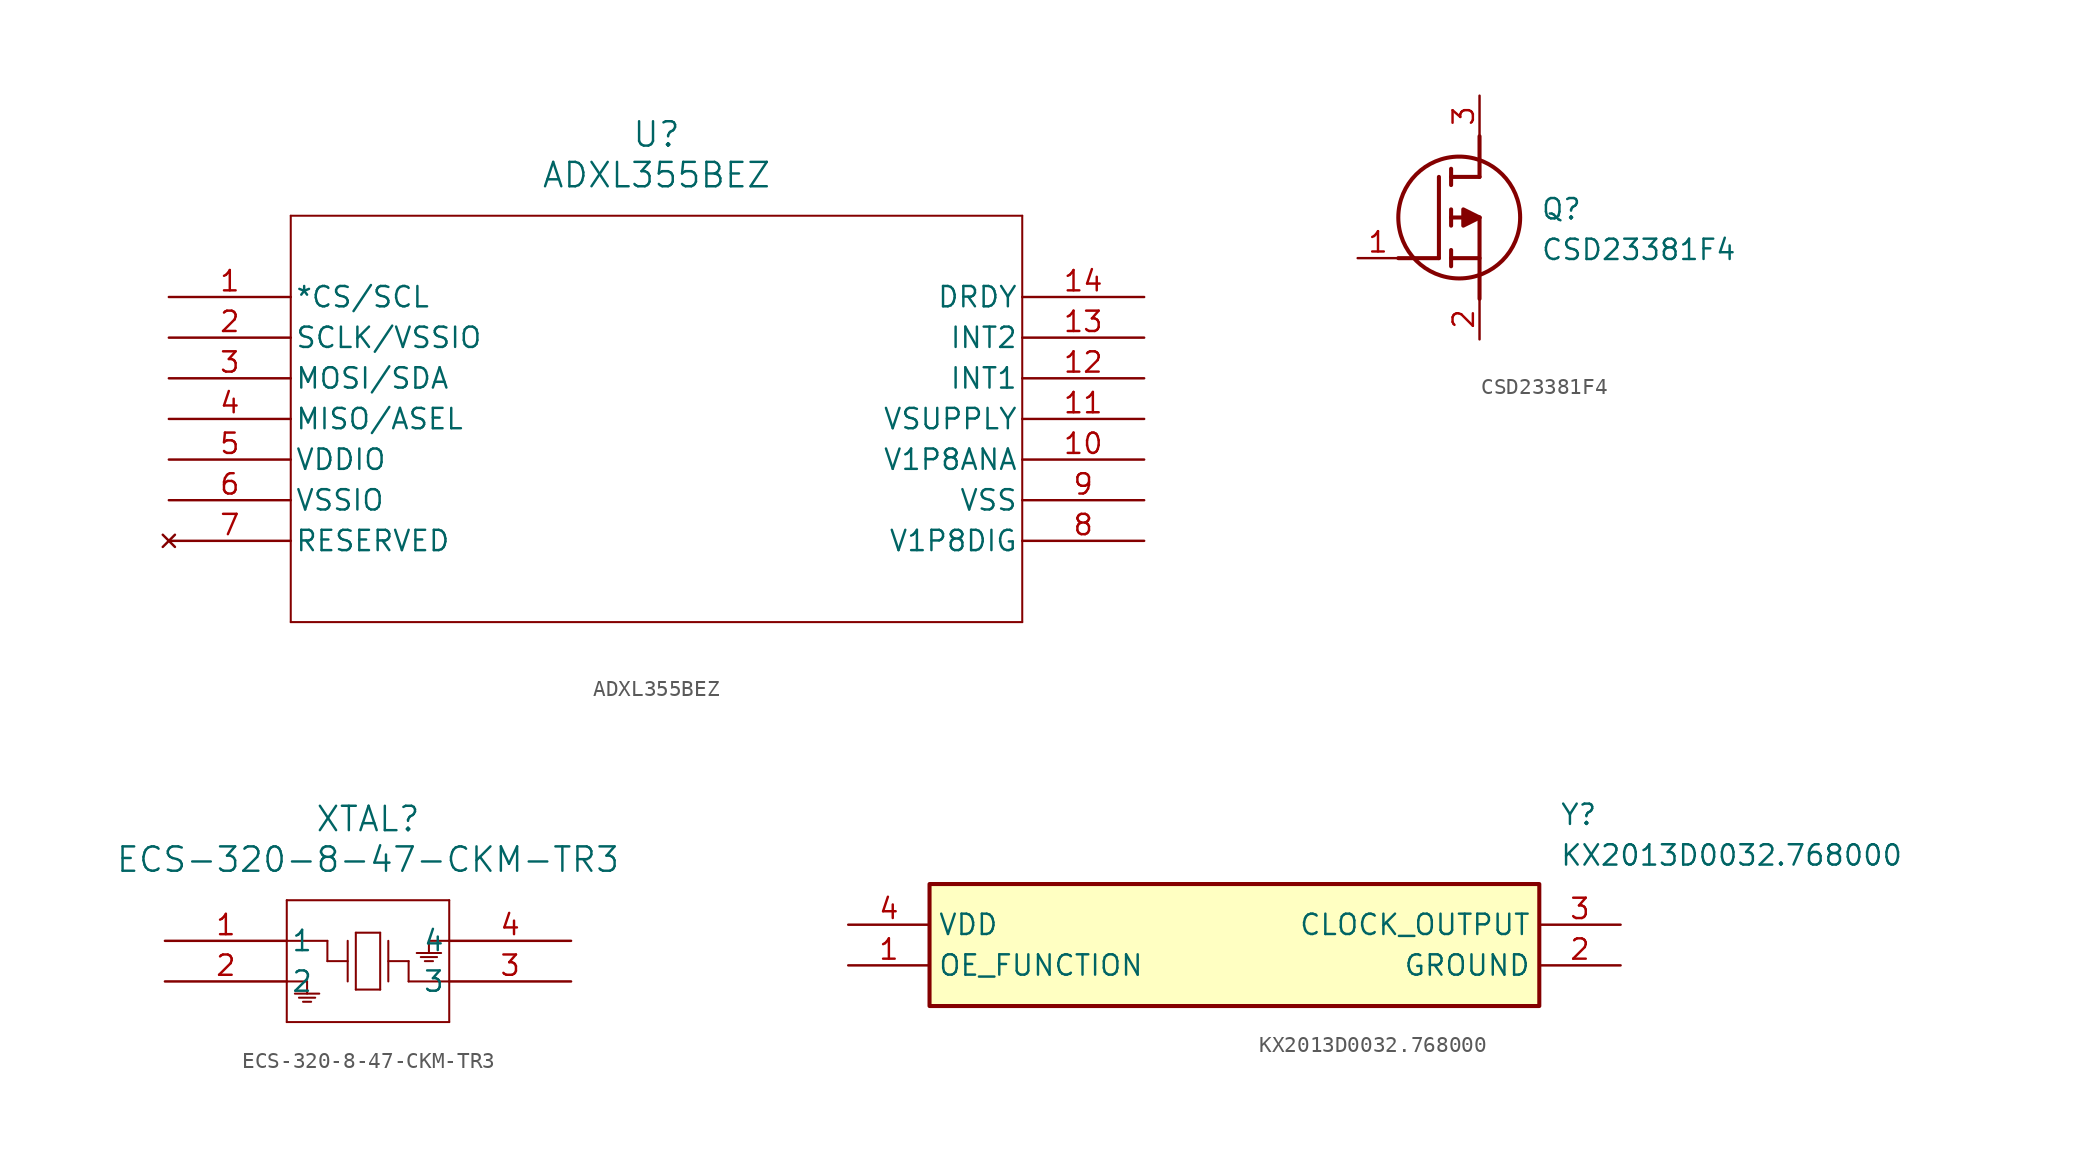
<source format=kicad_sym>
(kicad_symbol_lib
  (version 20220914)
  (generator kicad_symbol_editor)
  (symbol "ADXL355BEZ"
    (pin_names
      (offset 0.254))
    (property "Reference" "U"
      (at 30.48 10.16 0)
      (effects (font (size 1.524 1.524))))
    (property "Value" "ADXL355BEZ"
      (at 30.48 7.62 0)
      (effects (font (size 1.524 1.524))))
    (property "ki_locked" ""
      (at 0 0 0)
      (effects (font (size 1.27 1.27))))
    (symbol "ADXL355BEZ_0_1"
      (polyline (pts (xy 7.62 -20.32) (xy 53.34 -20.32)) (stroke (width 0.127) (type default)) (fill (type none)))
      (polyline (pts (xy 7.62 5.08) (xy 7.62 -20.32)) (stroke (width 0.127) (type default)) (fill (type none)))
      (polyline (pts (xy 53.34 -20.32) (xy 53.34 5.08)) (stroke (width 0.127) (type default)) (fill (type none)))
      (polyline (pts (xy 53.34 5.08) (xy 7.62 5.08)) (stroke (width 0.127) (type default)) (fill (type none)))
      (pin input line (at 0 0 0) (length 7.62) (name "*CS/SCL" (effects (font (size 1.27 1.27)))) (number "1" (effects (font (size 1.27 1.27)))))
      (pin power_in line (at 60.96 -10.16 180) (length 7.62) (name "V1P8ANA" (effects (font (size 1.27 1.27)))) (number "10" (effects (font (size 1.27 1.27)))))
      (pin power_in line (at 60.96 -7.62 180) (length 7.62) (name "VSUPPLY" (effects (font (size 1.27 1.27)))) (number "11" (effects (font (size 1.27 1.27)))))
      (pin output line (at 60.96 -5.08 180) (length 7.62) (name "INT1" (effects (font (size 1.27 1.27)))) (number "12" (effects (font (size 1.27 1.27)))))
      (pin output line (at 60.96 -2.54 180) (length 7.62) (name "INT2" (effects (font (size 1.27 1.27)))) (number "13" (effects (font (size 1.27 1.27)))))
      (pin unspecified line (at 60.96 0 180) (length 7.62) (name "DRDY" (effects (font (size 1.27 1.27)))) (number "14" (effects (font (size 1.27 1.27)))))
      (pin power_out line (at 0 -2.54 0) (length 7.62) (name "SCLK/VSSIO" (effects (font (size 1.27 1.27)))) (number "2" (effects (font (size 1.27 1.27)))))
      (pin bidirectional line (at 0 -5.08 0) (length 7.62) (name "MOSI/SDA" (effects (font (size 1.27 1.27)))) (number "3" (effects (font (size 1.27 1.27)))))
      (pin input line (at 0 -7.62 0) (length 7.62) (name "MISO/ASEL" (effects (font (size 1.27 1.27)))) (number "4" (effects (font (size 1.27 1.27)))))
      (pin power_in line (at 0 -10.16 0) (length 7.62) (name "VDDIO" (effects (font (size 1.27 1.27)))) (number "5" (effects (font (size 1.27 1.27)))))
      (pin power_out line (at 0 -12.7 0) (length 7.62) (name "VSSIO" (effects (font (size 1.27 1.27)))) (number "6" (effects (font (size 1.27 1.27)))))
      (pin no_connect line (at 0 -15.24 0) (length 7.62) (name "RESERVED" (effects (font (size 1.27 1.27)))) (number "7" (effects (font (size 1.27 1.27)))))
      (pin power_in line (at 60.96 -15.24 180) (length 7.62) (name "V1P8DIG" (effects (font (size 1.27 1.27)))) (number "8" (effects (font (size 1.27 1.27)))))
      (pin power_out line (at 60.96 -12.7 180) (length 7.62) (name "VSS" (effects (font (size 1.27 1.27)))) (number "9" (effects (font (size 1.27 1.27)))))))
  (symbol "CSD23381F4"
    (pin_names hide)
    (property "Reference" "Q"
      (at 11.43 3.81 0)
      (effects (font (size 1.27 1.27)) (justify left top)))
    (property "Value" "CSD23381F4"
      (at 11.43 1.27 0)
      (effects (font (size 1.27 1.27)) (justify left top)))
    (symbol "CSD23381F4_1_1"
      (polyline (pts (xy 2.54 0) (xy 5.08 0)) (stroke (width 0.254) (type default)) (fill (type none)))
      (polyline (pts (xy 5.08 5.08) (xy 5.08 0)) (stroke (width 0.254) (type default)) (fill (type none)))
      (polyline (pts (xy 5.842 -0.508) (xy 5.842 0.508)) (stroke (width 0.254) (type default)) (fill (type none)))
      (polyline (pts (xy 5.842 0) (xy 7.62 0)) (stroke (width 0.254) (type default)) (fill (type none)))
      (polyline (pts (xy 5.842 2.032) (xy 5.842 3.048)) (stroke (width 0.254) (type default)) (fill (type none)))
      (polyline (pts (xy 5.842 5.588) (xy 5.842 4.572)) (stroke (width 0.254) (type default)) (fill (type none)))
      (polyline (pts (xy 7.62 2.54) (xy 5.842 2.54)) (stroke (width 0.254) (type default)) (fill (type none)))
      (polyline (pts (xy 7.62 2.54) (xy 7.62 -2.54)) (stroke (width 0.254) (type default)) (fill (type none)))
      (polyline (pts (xy 7.62 5.08) (xy 5.842 5.08)) (stroke (width 0.254) (type default)) (fill (type none)))
      (polyline (pts (xy 7.62 5.08) (xy 7.62 7.62)) (stroke (width 0.254) (type default)) (fill (type none)))
      (polyline (pts (xy 7.62 2.54) (xy 6.604 3.048) (xy 6.604 2.032) (xy 7.62 2.54)) (stroke (width 0.254) (type default)) (fill (type outline)))
      (circle (center 6.35 2.54) (radius 3.81) (stroke (width 0.254) (type default)) (fill (type none)))
      (pin passive line (at 0 0 0) (length 2.54) (name "G" (effects (font (size 1.27 1.27)))) (number "1" (effects (font (size 1.27 1.27)))))
      (pin passive line (at 7.62 -5.08 90) (length 2.54) (name "S" (effects (font (size 1.27 1.27)))) (number "2" (effects (font (size 1.27 1.27)))))
      (pin passive line (at 7.62 10.16 270) (length 2.54) (name "D" (effects (font (size 1.27 1.27)))) (number "3" (effects (font (size 1.27 1.27)))))))
  (symbol "ECS-320-8-47-CKM-TR3"
    (pin_names
      (offset 0.254))
    (property "Reference" "XTAL"
      (at 12.7 7.62 0)
      (effects (font (size 1.524 1.524))))
    (property "Value" "ECS-320-8-47-CKM-TR3"
      (at 12.7 5.08 0)
      (effects (font (size 1.524 1.524))))
    (property "ki_locked" ""
      (at 0 0 0)
      (effects (font (size 1.27 1.27))))
    (symbol "ECS-320-8-47-CKM-TR3_0_1"
      (polyline (pts (xy 7.62 -5.08) (xy 17.78 -5.08)) (stroke (width 0.127) (type default)) (fill (type none)))
      (polyline (pts (xy 7.62 -2.54) (xy 8.89 -2.54)) (stroke (width 0.127) (type default)) (fill (type none)))
      (polyline (pts (xy 7.62 2.54) (xy 7.62 -5.08)) (stroke (width 0.127) (type default)) (fill (type none)))
      (polyline (pts (xy 8.128 -3.302) (xy 9.652 -3.302)) (stroke (width 0.127) (type default)) (fill (type none)))
      (polyline (pts (xy 8.382 -3.556) (xy 9.398 -3.556)) (stroke (width 0.127) (type default)) (fill (type none)))
      (polyline (pts (xy 8.636 -3.81) (xy 9.144 -3.81)) (stroke (width 0.127) (type default)) (fill (type none)))
      (polyline (pts (xy 8.89 -2.54) (xy 8.89 -3.302)) (stroke (width 0.127) (type default)) (fill (type none)))
      (polyline (pts (xy 10.16 -1.27) (xy 10.16 0)) (stroke (width 0.127) (type default)) (fill (type none)))
      (polyline (pts (xy 10.16 0) (xy 7.62 0)) (stroke (width 0.127) (type default)) (fill (type none)))
      (polyline (pts (xy 11.43 -1.27) (xy 10.16 -1.27)) (stroke (width 0.127) (type default)) (fill (type none)))
      (polyline (pts (xy 11.43 0) (xy 11.43 -2.54)) (stroke (width 0.127) (type default)) (fill (type none)))
      (polyline (pts (xy 11.938 -3.048) (xy 13.462 -3.048)) (stroke (width 0.127) (type default)) (fill (type none)))
      (polyline (pts (xy 11.938 0.508) (xy 11.938 -3.048)) (stroke (width 0.127) (type default)) (fill (type none)))
      (polyline (pts (xy 13.462 -3.048) (xy 13.462 0.508)) (stroke (width 0.127) (type default)) (fill (type none)))
      (polyline (pts (xy 13.462 0.508) (xy 11.938 0.508)) (stroke (width 0.127) (type default)) (fill (type none)))
      (polyline (pts (xy 13.97 -1.27) (xy 15.24 -1.27)) (stroke (width 0.127) (type default)) (fill (type none)))
      (polyline (pts (xy 13.97 0) (xy 13.97 -2.54)) (stroke (width 0.127) (type default)) (fill (type none)))
      (polyline (pts (xy 15.24 -2.54) (xy 17.78 -2.54)) (stroke (width 0.127) (type default)) (fill (type none)))
      (polyline (pts (xy 15.24 -1.27) (xy 15.24 -2.54)) (stroke (width 0.127) (type default)) (fill (type none)))
      (polyline (pts (xy 16.51 0) (xy 16.51 -0.762)) (stroke (width 0.127) (type default)) (fill (type none)))
      (polyline (pts (xy 16.764 -1.27) (xy 16.256 -1.27)) (stroke (width 0.127) (type default)) (fill (type none)))
      (polyline (pts (xy 17.018 -1.016) (xy 16.002 -1.016)) (stroke (width 0.127) (type default)) (fill (type none)))
      (polyline (pts (xy 17.272 -0.762) (xy 15.748 -0.762)) (stroke (width 0.127) (type default)) (fill (type none)))
      (polyline (pts (xy 17.78 -5.08) (xy 17.78 2.54)) (stroke (width 0.127) (type default)) (fill (type none)))
      (polyline (pts (xy 17.78 0) (xy 16.51 0)) (stroke (width 0.127) (type default)) (fill (type none)))
      (polyline (pts (xy 17.78 2.54) (xy 7.62 2.54)) (stroke (width 0.127) (type default)) (fill (type none)))
      (pin bidirectional line (at 0 0 0) (length 7.62) (name "1" (effects (font (size 1.27 1.27)))) (number "1" (effects (font (size 1.27 1.27)))))
      (pin power_out line (at 0 -2.54 0) (length 7.62) (name "2" (effects (font (size 1.27 1.27)))) (number "2" (effects (font (size 1.27 1.27)))))
      (pin bidirectional line (at 25.4 -2.54 180) (length 7.62) (name "3" (effects (font (size 1.27 1.27)))) (number "3" (effects (font (size 1.27 1.27)))))
      (pin power_out line (at 25.4 0 180) (length 7.62) (name "4" (effects (font (size 1.27 1.27)))) (number "4" (effects (font (size 1.27 1.27)))))))
  (symbol "KX2013D0032.768000"
    (property "Reference" "Y"
      (at 44.45 7.62 0)
      (effects (font (size 1.27 1.27)) (justify left top)))
    (property "Value" "KX2013D0032.768000"
      (at 44.45 5.08 0)
      (effects (font (size 1.27 1.27)) (justify left top)))
    (symbol "KX2013D0032.768000_1_1"
      (rectangle (start 5.08 2.54) (end 43.18 -5.08) (stroke (width 0.254) (type default)) (fill (type background)))
      (pin passive line (at 0 -2.54 0) (length 5.08) (name "OE_FUNCTION" (effects (font (size 1.27 1.27)))) (number "1" (effects (font (size 1.27 1.27)))))
      (pin passive line (at 48.26 -2.54 180) (length 5.08) (name "GROUND" (effects (font (size 1.27 1.27)))) (number "2" (effects (font (size 1.27 1.27)))))
      (pin passive line (at 48.26 0 180) (length 5.08) (name "CLOCK_OUTPUT" (effects (font (size 1.27 1.27)))) (number "3" (effects (font (size 1.27 1.27)))))
      (pin passive line (at 0 0 0) (length 5.08) (name "VDD" (effects (font (size 1.27 1.27)))) (number "4" (effects (font (size 1.27 1.27))))))))
</source>
